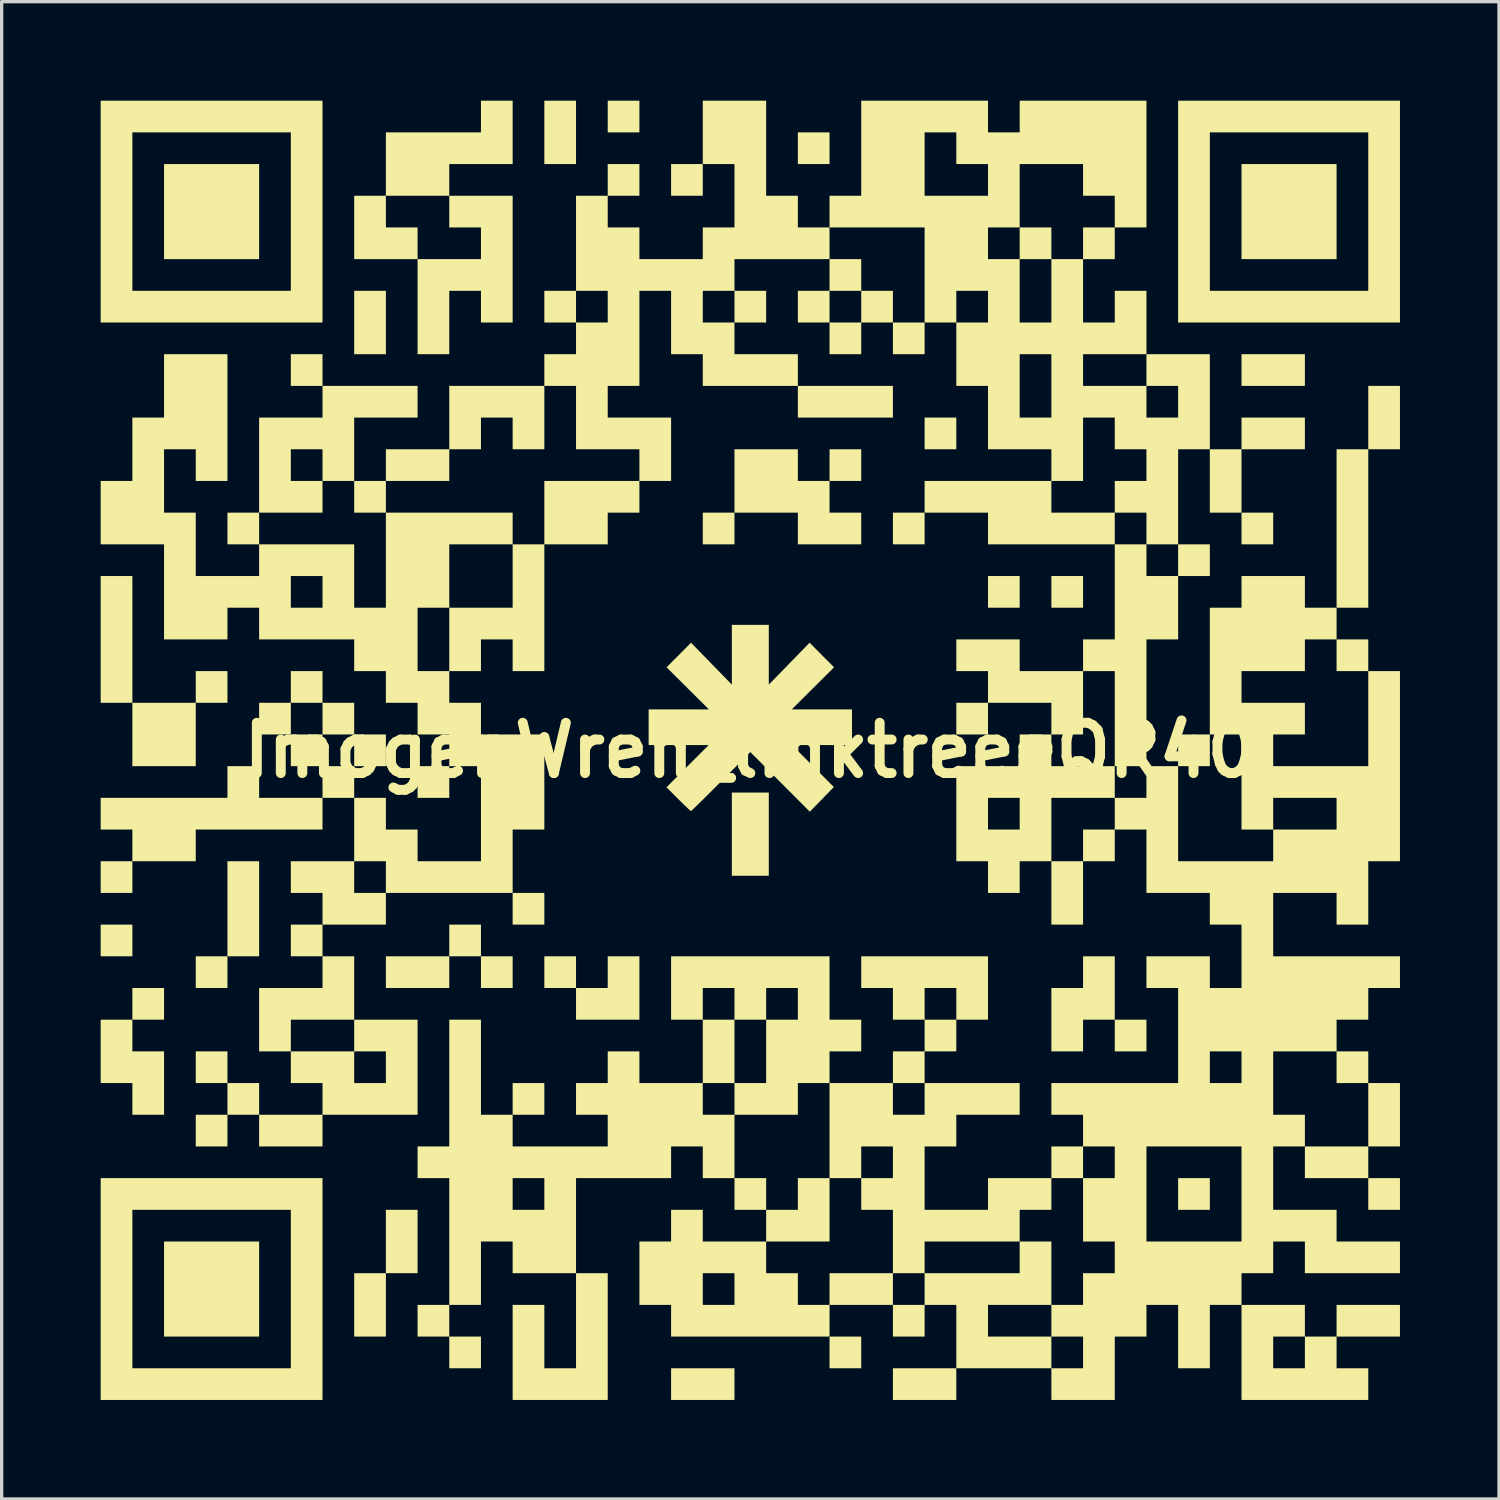
<source format=kicad_pcb>
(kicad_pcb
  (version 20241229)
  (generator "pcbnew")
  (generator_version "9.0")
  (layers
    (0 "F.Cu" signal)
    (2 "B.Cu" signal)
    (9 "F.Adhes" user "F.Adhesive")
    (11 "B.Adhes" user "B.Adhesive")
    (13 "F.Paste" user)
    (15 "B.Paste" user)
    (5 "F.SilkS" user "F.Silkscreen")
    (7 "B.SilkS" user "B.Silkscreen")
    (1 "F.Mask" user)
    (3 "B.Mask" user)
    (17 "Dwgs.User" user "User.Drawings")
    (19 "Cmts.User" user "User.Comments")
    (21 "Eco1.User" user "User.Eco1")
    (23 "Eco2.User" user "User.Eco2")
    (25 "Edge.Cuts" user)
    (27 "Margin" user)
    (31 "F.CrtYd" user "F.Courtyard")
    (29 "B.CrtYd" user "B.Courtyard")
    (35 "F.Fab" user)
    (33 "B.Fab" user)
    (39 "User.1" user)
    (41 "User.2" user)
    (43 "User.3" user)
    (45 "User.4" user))
  (footprint "ImogenWren_linktreeeQR40"
    (layer "F.Cu")
    (at 19.68 19.68)
    (property "Reference" "ImogenWren_linktreeeQR40" (at 0 0 0) (layer "F.SilkS") (effects (font (size 1.524 1.524) (thickness 0.3))))
    (attr board_only exclude_from_pos_files exclude_from_bom)
    (fp_poly (pts (xy -18.72 -1.44) (xy -19.68 -1.44) (xy -19.68 -5.28) (xy -18.72 -5.28)) (stroke (width 0) (type solid)) (fill yes) (layer "F.SilkS"))
    (fp_poly (pts (xy -18.72 4.32) (xy -19.68 4.32) (xy -19.68 3.36) (xy -18.72 3.36)) (stroke (width 0) (type solid)) (fill yes) (layer "F.SilkS"))
    (fp_poly (pts (xy -18.72 6.24) (xy -19.68 6.24) (xy -19.68 5.28) (xy -18.72 5.28)) (stroke (width 0) (type solid)) (fill yes) (layer "F.SilkS"))
    (fp_poly (pts (xy -17.76 8.16) (xy -18.72 8.16) (xy -18.72 7.2) (xy -17.76 7.2)) (stroke (width 0) (type solid)) (fill yes) (layer "F.SilkS"))
    (fp_poly (pts (xy -16.8 0.48) (xy -18.72 0.48) (xy -18.72 -1.44) (xy -16.8 -1.44)) (stroke (width 0) (type solid)) (fill yes) (layer "F.SilkS"))
    (fp_poly (pts (xy -15.84 -1.44) (xy -16.8 -1.44) (xy -16.8 -2.4) (xy -15.84 -2.4)) (stroke (width 0) (type solid)) (fill yes) (layer "F.SilkS"))
    (fp_poly (pts (xy -15.84 7.2) (xy -16.8 7.2) (xy -16.8 6.24) (xy -15.84 6.24)) (stroke (width 0) (type solid)) (fill yes) (layer "F.SilkS"))
    (fp_poly (pts (xy -15.84 10.08) (xy -16.8 10.08) (xy -16.8 9.12) (xy -15.84 9.12)) (stroke (width 0) (type solid)) (fill yes) (layer "F.SilkS"))
    (fp_poly (pts (xy -15.84 12) (xy -16.8 12) (xy -16.8 11.04) (xy -15.84 11.04)) (stroke (width 0) (type solid)) (fill yes) (layer "F.SilkS"))
    (fp_poly (pts (xy -14.88 -14.88) (xy -17.76 -14.88) (xy -17.76 -17.76) (xy -14.88 -17.76)) (stroke (width 0) (type solid)) (fill yes) (layer "F.SilkS"))
    (fp_poly (pts (xy -14.88 6.24) (xy -15.84 6.24) (xy -15.84 3.36) (xy -14.88 3.36)) (stroke (width 0) (type solid)) (fill yes) (layer "F.SilkS"))
    (fp_poly (pts (xy -14.88 11.04) (xy -15.84 11.04) (xy -15.84 10.08) (xy -14.88 10.08)) (stroke (width 0) (type solid)) (fill yes) (layer "F.SilkS"))
    (fp_poly (pts (xy -14.88 17.76) (xy -17.76 17.76) (xy -17.76 14.88) (xy -14.88 14.88)) (stroke (width 0) (type solid)) (fill yes) (layer "F.SilkS"))
    (fp_poly (pts (xy -12.96 -11.04) (xy -13.92 -11.04) (xy -13.92 -12) (xy -12.96 -12)) (stroke (width 0) (type solid)) (fill yes) (layer "F.SilkS"))
    (fp_poly (pts (xy -12.96 6.24) (xy -13.92 6.24) (xy -13.92 5.28) (xy -12.96 5.28)) (stroke (width 0) (type solid)) (fill yes) (layer "F.SilkS"))
    (fp_poly (pts (xy -12.96 12) (xy -14.88 12) (xy -14.88 11.04) (xy -12.96 11.04)) (stroke (width 0) (type solid)) (fill yes) (layer "F.SilkS"))
    (fp_poly (pts (xy -12 1.44) (xy -12.96 1.44) (xy -12.96 0.48) (xy -12 0.48)) (stroke (width 0) (type solid)) (fill yes) (layer "F.SilkS"))
    (fp_poly (pts (xy -11.04 -12) (xy -12 -12) (xy -12 -13.92) (xy -11.04 -13.92)) (stroke (width 0) (type solid)) (fill yes) (layer "F.SilkS"))
    (fp_poly (pts (xy -11.04 0.48) (xy -12 0.48) (xy -12 -0.48) (xy -11.04 -0.48)) (stroke (width 0) (type solid)) (fill yes) (layer "F.SilkS"))
    (fp_poly (pts (xy -11.04 17.76) (xy -12 17.76) (xy -12 15.84) (xy -11.04 15.84)) (stroke (width 0) (type solid)) (fill yes) (layer "F.SilkS"))
    (fp_poly (pts (xy -10.08 15.84) (xy -11.04 15.84) (xy -11.04 13.92) (xy -10.08 13.92)) (stroke (width 0) (type solid)) (fill yes) (layer "F.SilkS"))
    (fp_poly (pts (xy -9.12 1.44) (xy -10.08 1.44) (xy -10.08 0.48) (xy -9.12 0.48)) (stroke (width 0) (type solid)) (fill yes) (layer "F.SilkS"))
    (fp_poly (pts (xy -9.12 7.2) (xy -11.04 7.2) (xy -11.04 6.24) (xy -9.12 6.24)) (stroke (width 0) (type solid)) (fill yes) (layer "F.SilkS"))
    (fp_poly (pts (xy -9.12 17.76) (xy -10.08 17.76) (xy -10.08 16.8) (xy -9.12 16.8)) (stroke (width 0) (type solid)) (fill yes) (layer "F.SilkS"))
    (fp_poly (pts (xy -8.16 6.24) (xy -9.12 6.24) (xy -9.12 5.28) (xy -8.16 5.28)) (stroke (width 0) (type solid)) (fill yes) (layer "F.SilkS"))
    (fp_poly (pts (xy -8.16 18.72) (xy -9.12 18.72) (xy -9.12 17.76) (xy -8.16 17.76)) (stroke (width 0) (type solid)) (fill yes) (layer "F.SilkS"))
    (fp_poly (pts (xy -7.2 7.2) (xy -8.16 7.2) (xy -8.16 6.24) (xy -7.2 6.24)) (stroke (width 0) (type solid)) (fill yes) (layer "F.SilkS"))
    (fp_poly (pts (xy -6.24 5.28) (xy -7.2 5.28) (xy -7.2 4.32) (xy -6.24 4.32)) (stroke (width 0) (type solid)) (fill yes) (layer "F.SilkS"))
    (fp_poly (pts (xy -6.24 11.04) (xy -7.2 11.04) (xy -7.2 10.08) (xy -6.24 10.08)) (stroke (width 0) (type solid)) (fill yes) (layer "F.SilkS"))
    (fp_poly (pts (xy -5.28 -17.76) (xy -6.24 -17.76) (xy -6.24 -19.68) (xy -5.28 -19.68)) (stroke (width 0) (type solid)) (fill yes) (layer "F.SilkS"))
    (fp_poly (pts (xy -5.28 7.2) (xy -6.24 7.2) (xy -6.24 6.24) (xy -5.28 6.24)) (stroke (width 0) (type solid)) (fill yes) (layer "F.SilkS"))
    (fp_poly (pts (xy -3.36 -18.72) (xy -4.32 -18.72) (xy -4.32 -19.68) (xy -3.36 -19.68)) (stroke (width 0) (type solid)) (fill yes) (layer "F.SilkS"))
    (fp_poly (pts (xy -3.36 -16.8) (xy -4.32 -16.8) (xy -4.32 -17.76) (xy -3.36 -17.76)) (stroke (width 0) (type solid)) (fill yes) (layer "F.SilkS"))
    (fp_poly (pts (xy -1.44 -16.8) (xy -2.4 -16.8) (xy -2.4 -17.76) (xy -1.44 -17.76)) (stroke (width 0) (type solid)) (fill yes) (layer "F.SilkS"))
    (fp_poly (pts (xy -0.48 -6.24) (xy -1.44 -6.24) (xy -1.44 -7.2) (xy -0.48 -7.2)) (stroke (width 0) (type solid)) (fill yes) (layer "F.SilkS"))
    (fp_poly (pts (xy -0.48 19.68) (xy -2.4 19.68) (xy -2.4 18.72) (xy -0.48 18.72)) (stroke (width 0) (type solid)) (fill yes) (layer "F.SilkS"))
    (fp_poly (pts (xy 0.48 -12.96) (xy -0.48 -12.96) (xy -0.48 -13.92) (xy 0.48 -13.92)) (stroke (width 0) (type solid)) (fill yes) (layer "F.SilkS"))
    (fp_poly (pts (xy 0.56 3.8) (xy -0.56 3.8) (xy -0.56 1.28) (xy 0.56 1.28)) (stroke (width 0) (type solid)) (fill yes) (layer "F.SilkS"))
    (fp_poly (pts (xy 2.4 -17.76) (xy 1.44 -17.76) (xy 1.44 -18.72) (xy 2.4 -18.72)) (stroke (width 0) (type solid)) (fill yes) (layer "F.SilkS"))
    (fp_poly (pts (xy 3.36 -8.16) (xy 2.4 -8.16) (xy 2.4 -9.12) (xy 3.36 -9.12)) (stroke (width 0) (type solid)) (fill yes) (layer "F.SilkS"))
    (fp_poly (pts (xy 3.36 18.72) (xy 2.4 18.72) (xy 2.4 17.76) (xy 3.36 17.76)) (stroke (width 0) (type solid)) (fill yes) (layer "F.SilkS"))
    (fp_poly (pts (xy 4.32 -10.08) (xy 1.44 -10.08) (xy 1.44 -11.04) (xy 4.32 -11.04)) (stroke (width 0) (type solid)) (fill yes) (layer "F.SilkS"))
    (fp_poly (pts (xy 5.28 -12) (xy 4.32 -12) (xy 4.32 -12.96) (xy 5.28 -12.96)) (stroke (width 0) (type solid)) (fill yes) (layer "F.SilkS"))
    (fp_poly (pts (xy 5.28 -6.24) (xy 4.32 -6.24) (xy 4.32 -7.2) (xy 5.28 -7.2)) (stroke (width 0) (type solid)) (fill yes) (layer "F.SilkS"))
    (fp_poly (pts (xy 6.24 -9.12) (xy 5.28 -9.12) (xy 5.28 -10.08) (xy 6.24 -10.08)) (stroke (width 0) (type solid)) (fill yes) (layer "F.SilkS"))
    (fp_poly (pts (xy 6.24 19.68) (xy 4.32 19.68) (xy 4.32 18.72) (xy 6.24 18.72)) (stroke (width 0) (type solid)) (fill yes) (layer "F.SilkS"))
    (fp_poly (pts (xy 7.2 -0.48) (xy 6.24 -0.48) (xy 6.24 -1.44) (xy 7.2 -1.44)) (stroke (width 0) (type solid)) (fill yes) (layer "F.SilkS"))
    (fp_poly (pts (xy 8.16 -4.32) (xy 7.2 -4.32) (xy 7.2 -5.28) (xy 8.16 -5.28)) (stroke (width 0) (type solid)) (fill yes) (layer "F.SilkS"))
    (fp_poly (pts (xy 9.12 -14.88) (xy 8.16 -14.88) (xy 8.16 -15.84) (xy 9.12 -15.84)) (stroke (width 0) (type solid)) (fill yes) (layer "F.SilkS"))
    (fp_poly (pts (xy 10.08 -4.32) (xy 9.12 -4.32) (xy 9.12 -5.28) (xy 10.08 -5.28)) (stroke (width 0) (type solid)) (fill yes) (layer "F.SilkS"))
    (fp_poly (pts (xy 12 9.12) (xy 11.04 9.12) (xy 11.04 8.16) (xy 12 8.16)) (stroke (width 0) (type solid)) (fill yes) (layer "F.SilkS"))
    (fp_poly (pts (xy 13.92 -5.28) (xy 12.96 -5.28) (xy 12.96 -6.24) (xy 13.92 -6.24)) (stroke (width 0) (type solid)) (fill yes) (layer "F.SilkS"))
    (fp_poly (pts (xy 13.92 13.92) (xy 12.96 13.92) (xy 12.96 12.96) (xy 13.92 12.96)) (stroke (width 0) (type solid)) (fill yes) (layer "F.SilkS"))
    (fp_poly (pts (xy 14.88 -7.2) (xy 13.92 -7.2) (xy 13.92 -9.12) (xy 14.88 -9.12)) (stroke (width 0) (type solid)) (fill yes) (layer "F.SilkS"))
    (fp_poly (pts (xy 15.84 -6.24) (xy 14.88 -6.24) (xy 14.88 -7.2) (xy 15.84 -7.2)) (stroke (width 0) (type solid)) (fill yes) (layer "F.SilkS"))
    (fp_poly (pts (xy 16.8 -11.04) (xy 14.88 -11.04) (xy 14.88 -12) (xy 16.8 -12)) (stroke (width 0) (type solid)) (fill yes) (layer "F.SilkS"))
    (fp_poly (pts (xy 16.8 -9.12) (xy 14.88 -9.12) (xy 14.88 -10.08) (xy 16.8 -10.08)) (stroke (width 0) (type solid)) (fill yes) (layer "F.SilkS"))
    (fp_poly (pts (xy 17.76 -14.88) (xy 14.88 -14.88) (xy 14.88 -17.76) (xy 17.76 -17.76)) (stroke (width 0) (type solid)) (fill yes) (layer "F.SilkS"))
    (fp_poly (pts (xy 18.72 -4.32) (xy 17.76 -4.32) (xy 17.76 -9.12) (xy 18.72 -9.12)) (stroke (width 0) (type solid)) (fill yes) (layer "F.SilkS"))
    (fp_poly (pts (xy 18.72 -2.4) (xy 17.76 -2.4) (xy 17.76 -3.36) (xy 18.72 -3.36)) (stroke (width 0) (type solid)) (fill yes) (layer "F.SilkS"))
    (fp_poly (pts (xy 18.72 10.08) (xy 17.76 10.08) (xy 17.76 9.12) (xy 18.72 9.12)) (stroke (width 0) (type solid)) (fill yes) (layer "F.SilkS"))
    (fp_poly (pts (xy 18.72 12.96) (xy 16.8 12.96) (xy 16.8 12) (xy 18.72 12)) (stroke (width 0) (type solid)) (fill yes) (layer "F.SilkS"))
    (fp_poly (pts (xy 19.68 -9.12) (xy 18.72 -9.12) (xy 18.72 -11.04) (xy 19.68 -11.04)) (stroke (width 0) (type solid)) (fill yes) (layer "F.SilkS"))
    (fp_poly (pts (xy 19.68 12) (xy 18.72 12) (xy 18.72 10.08) (xy 19.68 10.08)) (stroke (width 0) (type solid)) (fill yes) (layer "F.SilkS"))
    (fp_poly (pts (xy 19.68 13.92) (xy 18.72 13.92) (xy 18.72 12.96) (xy 19.68 12.96)) (stroke (width 0) (type solid)) (fill yes) (layer "F.SilkS"))
    (fp_poly (pts (xy 19.68 17.76) (xy 17.76 17.76) (xy 17.76 16.8) (xy 19.68 16.8)) (stroke (width 0) (type solid)) (fill yes) (layer "F.SilkS"))
    (fp_poly (pts (xy -3.36 8.16) (xy -5.28 8.16) (xy -5.28 7.2) (xy -4.32 7.2) (xy -4.32 6.24) (xy -3.36 6.24)) (stroke (width 0) (type solid)) (fill yes) (layer "F.SilkS"))
    (fp_poly (pts (xy -18.72 9.12) (xy -17.76 9.12) (xy -17.76 11.04) (xy -18.72 11.04) (xy -18.72 10.08) (xy -19.68 10.08) (xy -19.68 8.16) (xy -18.72 8.16)) (stroke (width 0) (type solid)) (fill yes) (layer "F.SilkS"))
    (fp_poly (pts (xy -4.32 19.68) (xy -7.2 19.68) (xy -7.2 16.8) (xy -6.24 16.8) (xy -6.24 18.72) (xy -5.28 18.72) (xy -5.28 15.84) (xy -4.32 15.84)) (stroke (width 0) (type solid)) (fill yes) (layer "F.SilkS"))
    (fp_poly (pts (xy 11.04 8.16) (xy 10.08 8.16) (xy 10.08 9.12) (xy 9.12 9.12) (xy 9.12 7.2) (xy 10.08 7.2) (xy 10.08 6.24) (xy 11.04 6.24)) (stroke (width 0) (type solid)) (fill yes) (layer "F.SilkS"))
    (fp_poly (pts (xy -0.48 -9.12) (xy 1.44 -9.12) (xy 1.44 -8.16) (xy 2.4 -8.16) (xy 2.4 -7.2) (xy 3.36 -7.2) (xy 3.36 -6.24) (xy 1.44 -6.24) (xy 1.44 -7.2) (xy -0.48 -7.2)) (stroke (width 0) (type solid)) (fill yes) (layer "F.SilkS"))
    (fp_poly (pts (xy -12.96 -12.96) (xy -19.68 -12.96) (xy -19.68 -13.92) (xy -18.72 -13.92) (xy -13.92 -13.92) (xy -13.92 -18.72) (xy -18.72 -18.72) (xy -18.72 -13.92) (xy -19.68 -13.92) (xy -19.68 -19.68) (xy -12.96 -19.68)) (stroke (width 0) (type solid)) (fill yes) (layer "F.SilkS"))
    (fp_poly (pts (xy -12.96 19.68) (xy -19.68 19.68) (xy -19.68 18.72) (xy -18.72 18.72) (xy -13.92 18.72) (xy -13.92 13.92) (xy -18.72 13.92) (xy -18.72 18.72) (xy -19.68 18.72) (xy -19.68 12.96) (xy -12.96 12.96)) (stroke (width 0) (type solid)) (fill yes) (layer "F.SilkS"))
    (fp_poly (pts (xy 19.68 -12.96) (xy 12.96 -12.96) (xy 12.96 -13.92) (xy 13.92 -13.92) (xy 18.72 -13.92) (xy 18.72 -18.72) (xy 13.92 -18.72) (xy 13.92 -13.92) (xy 12.96 -13.92) (xy 12.96 -19.68) (xy 19.68 -19.68)) (stroke (width 0) (type solid)) (fill yes) (layer "F.SilkS"))
    (fp_poly (pts (xy -14.88 1.44) (xy -12.96 1.44) (xy -12.96 2.4) (xy -16.8 2.4) (xy -16.8 3.36) (xy -18.72 3.36) (xy -18.72 2.4) (xy -19.68 2.4) (xy -19.68 1.44) (xy -15.84 1.44) (xy -15.84 0.48) (xy -14.88 0.48)) (stroke (width 0) (type solid)) (fill yes) (layer "F.SilkS"))
    (fp_poly (pts (xy 7.2 8.16) (xy 6.24 8.16) (xy 6.24 9.12) (xy 5.28 9.12) (xy 5.28 8.16) (xy 6.24 8.16) (xy 6.24 7.2) (xy 5.28 7.2) (xy 5.28 8.16) (xy 4.32 8.16) (xy 4.32 7.2) (xy 3.36 7.2) (xy 3.36 6.24) (xy 7.2 6.24)) (stroke (width 0) (type solid)) (fill yes) (layer "F.SilkS"))
    (fp_poly (pts (xy 17.76 17.76) (xy 17.76 18.72) (xy 18.72 18.72) (xy 18.72 19.68) (xy 14.88 19.68) (xy 14.88 18.72) (xy 15.84 18.72) (xy 16.8 18.72) (xy 16.8 17.76) (xy 15.84 17.76) (xy 15.84 18.72) (xy 14.88 18.72) (xy 14.88 16.8) (xy 16.8 16.8) (xy 16.8 17.76)) (stroke (width 0) (type solid)) (fill yes) (layer "F.SilkS"))
    (fp_poly (pts (xy -12 -1.44) (xy -12 -0.48) (xy -12.96 -0.48) (xy -12.96 0.48) (xy -13.92 0.48) (xy -13.92 -0.48) (xy -12.96 -0.48) (xy -12.96 -1.44) (xy -13.92 -1.44) (xy -13.92 -0.48) (xy -14.88 -0.48) (xy -14.88 -1.44) (xy -13.92 -1.44) (xy -13.92 -2.4) (xy -12.96 -2.4) (xy -12.96 -1.44)) (stroke (width 0) (type solid)) (fill yes) (layer "F.SilkS"))
    (fp_poly (pts (xy 4.32 -13.92) (xy 4.32 -12.96) (xy 3.36 -12.96) (xy 3.36 -12) (xy 2.4 -12) (xy 2.4 -12.96) (xy 3.36 -12.96) (xy 3.36 -13.92) (xy 2.4 -13.92) (xy 2.4 -12.96) (xy 1.44 -12.96) (xy 1.44 -13.92) (xy 2.4 -13.92) (xy 2.4 -14.88) (xy 3.36 -14.88) (xy 3.36 -13.92)) (stroke (width 0) (type solid)) (fill yes) (layer "F.SilkS"))
    (fp_poly (pts (xy -10.08 8.16) (xy -10.08 11.04) (xy -12.96 11.04) (xy -12.96 10.08) (xy -12 10.08) (xy -11.04 10.08) (xy -11.04 9.12) (xy -12 9.12) (xy -12 10.08) (xy -12.96 10.08) (xy -13.92 10.08) (xy -13.92 9.12) (xy -12 9.12) (xy -12 8.16) (xy -13.92 8.16) (xy -13.92 9.12) (xy -14.88 9.12) (xy -14.88 7.2) (xy -12.96 7.2) (xy -12.96 6.24) (xy -12 6.24) (xy -12 8.16)) (stroke (width 0) (type solid)) (fill yes) (layer "F.SilkS"))
    (fp_poly (pts (xy -7.2 -16.8) (xy -7.2 -12.96) (xy -8.16 -12.96) (xy -8.16 -13.92) (xy -9.12 -13.92) (xy -9.12 -12) (xy -10.08 -12) (xy -10.08 -14.88) (xy -12 -14.88) (xy -12 -15.84) (xy -11.04 -15.84) (xy -10.08 -15.84) (xy -10.08 -14.88) (xy -8.16 -14.88) (xy -8.16 -15.84) (xy -9.12 -15.84) (xy -9.12 -16.8) (xy -11.04 -16.8) (xy -11.04 -15.84) (xy -12 -15.84) (xy -12 -16.8) (xy -11.04 -16.8) (xy -11.04 -18.72) (xy -8.16 -18.72) (xy -8.16 -19.68) (xy -7.2 -19.68) (xy -7.2 -17.76) (xy -9.12 -17.76) (xy -9.12 -16.8)) (stroke (width 0) (type solid)) (fill yes) (layer "F.SilkS"))
    (fp_poly (pts (xy 0.56 -1.991) (xy 1.178 -2.625) (xy 1.796 -3.26) (xy 2.166 -2.887) (xy 2.537 -2.515) (xy 1.896 -1.877) (xy 1.255 -1.24) (xy 3.08 -1.24) (xy 3.08 -0.16) (xy 1.261 -0.16) (xy 2.531 1.112) (xy 1.802 1.86) (xy 0.901 0.956) (xy -0.000252 0.053) (xy -0.888 0.946) (xy -1.106 1.165) (xy -1.307 1.365) (xy -1.482 1.538) (xy -1.625 1.679) (xy -1.73 1.779) (xy -1.789 1.833) (xy -1.799 1.84) (xy -1.834 1.813) (xy -1.914 1.74) (xy -2.027 1.631) (xy -2.162 1.498) (xy -2.18 1.48) (xy -2.539 1.12) (xy -1.9 0.48) (xy -1.261 -0.16) (xy -3.08 -0.16) (xy -3.08 -1.24) (xy -1.255 -1.24) (xy -1.896 -1.877) (xy -2.537 -2.515) (xy -2.166 -2.887) (xy -1.796 -3.26) (xy -1.178 -2.625) (xy -0.56 -1.991) (xy -0.56 -3.8) (xy 0.56 -3.8)) (stroke (width 0) (type solid)) (fill yes) (layer "F.SilkS"))
    (fp_poly (pts (xy -1.44 -19.68) (xy 0.48 -19.68) (xy 0.48 -16.8) (xy 1.44 -16.8) (xy 1.44 -15.84) (xy 2.4 -15.84) (xy 2.4 -14.88) (xy -0.48 -14.88) (xy -0.48 -13.92) (xy -1.44 -13.92) (xy -1.44 -12.96) (xy -0.48 -12.96) (xy -0.48 -12) (xy 1.44 -12) (xy 1.44 -11.04) (xy -1.44 -11.04) (xy -1.44 -12) (xy -2.4 -12) (xy -2.4 -13.92) (xy -3.36 -13.92) (xy -3.36 -11.04) (xy -4.32 -11.04) (xy -4.32 -10.08) (xy -2.4 -10.08) (xy -2.4 -8.16) (xy -3.36 -8.16) (xy -3.36 -7.2) (xy -4.32 -7.2) (xy -4.32 -6.24) (xy -6.24 -6.24) (xy -6.24 -2.4) (xy -7.2 -2.4) (xy -7.2 -3.36) (xy -8.16 -3.36) (xy -8.16 -2.4) (xy -9.12 -2.4) (xy -9.12 -1.44) (xy -8.16 -1.44) (xy -8.16 -0.48) (xy -6.24 -0.48) (xy -6.24 2.4) (xy -7.2 2.4) (xy -7.2 4.32) (xy -11.04 4.32) (xy -11.04 5.28) (xy -12.96 5.28) (xy -12.96 4.32) (xy -12 4.32) (xy -11.04 4.32) (xy -11.04 3.36) (xy -12 3.36) (xy -12 4.32) (xy -12.96 4.32) (xy -13.92 4.32) (xy -13.92 3.36) (xy -12 3.36) (xy -12 1.44) (xy -11.04 1.44) (xy -11.04 2.4) (xy -10.08 2.4) (xy -10.08 3.36) (xy -8.16 3.36) (xy -8.16 0.48) (xy -9.12 0.48) (xy -9.12 -0.48) (xy -10.08 -0.48) (xy -10.08 -1.44) (xy -11.04 -1.44) (xy -11.04 -2.4) (xy -10.08 -2.4) (xy -9.12 -2.4) (xy -9.12 -4.32) (xy -7.2 -4.32) (xy -7.2 -6.24) (xy -9.12 -6.24) (xy -9.12 -4.32) (xy -10.08 -4.32) (xy -10.08 -2.4) (xy -11.04 -2.4) (xy -12 -2.4) (xy -12 -3.36) (xy -14.88 -3.36) (xy -14.88 -4.32) (xy -13.92 -4.32) (xy -12.96 -4.32) (xy -12.96 -5.28) (xy -13.92 -5.28) (xy -13.92 -4.32) (xy -14.88 -4.32) (xy -15.84 -4.32) (xy -15.84 -3.36) (xy -17.76 -3.36) (xy -17.76 -6.24) (xy -19.68 -6.24) (xy -19.68 -8.16) (xy -18.72 -8.16) (xy -18.72 -10.08) (xy -17.76 -10.08) (xy -17.76 -12) (xy -15.84 -12) (xy -15.84 -8.16) (xy -16.8 -8.16) (xy -16.8 -9.12) (xy -17.76 -9.12) (xy -17.76 -7.2) (xy -16.8 -7.2) (xy -16.8 -5.28) (xy -14.88 -5.28) (xy -14.88 -6.24) (xy -12 -6.24) (xy -12 -4.32) (xy -11.04 -4.32) (xy -11.04 -7.2) (xy -7.2 -7.2) (xy -7.2 -6.24) (xy -6.24 -6.24) (xy -6.24 -8.16) (xy -3.36 -8.16) (xy -3.36 -9.12) (xy -5.28 -9.12) (xy -5.28 -11.04) (xy -6.24 -11.04) (xy -6.24 -9.12) (xy -7.2 -9.12) (xy -7.2 -10.08) (xy -8.16 -10.08) (xy -8.16 -9.12) (xy -9.12 -9.12) (xy -9.12 -8.16) (xy -11.04 -8.16) (xy -11.04 -7.2) (xy -12 -7.2) (xy -12 -8.16) (xy -12.96 -8.16) (xy -12.96 -7.2) (xy -14.88 -7.2) (xy -14.88 -6.24) (xy -15.84 -6.24) (xy -15.84 -7.2) (xy -14.88 -7.2) (xy -14.88 -8.16) (xy -13.92 -8.16) (xy -12.96 -8.16) (xy -12.96 -9.12) (xy -13.92 -9.12) (xy -13.92 -8.16) (xy -14.88 -8.16) (xy -14.88 -10.08) (xy -12.96 -10.08) (xy -12.96 -11.04) (xy -10.08 -11.04) (xy -10.08 -10.08) (xy -12 -10.08) (xy -12 -8.16) (xy -11.04 -8.16) (xy -11.04 -9.12) (xy -9.12 -9.12) (xy -9.12 -11.04) (xy -6.24 -11.04) (xy -6.24 -12) (xy -5.28 -12) (xy -5.28 -12.96) (xy -4.32 -12.96) (xy -4.32 -13.92) (xy -5.28 -13.92) (xy -5.28 -12.96) (xy -6.24 -12.96) (xy -6.24 -13.92) (xy -5.28 -13.92) (xy -5.28 -16.8) (xy -4.32 -16.8) (xy -4.32 -15.84) (xy -3.36 -15.84) (xy -3.36 -14.88) (xy -1.44 -14.88) (xy -1.44 -15.84) (xy -0.48 -15.84) (xy -0.48 -17.76) (xy -1.44 -17.76)) (stroke (width 0) (type solid)) (fill yes) (layer "F.SilkS"))
    (fp_poly (pts (xy 6.24 16.8) (xy 5.28 16.8) (xy 5.28 17.76) (xy 4.32 17.76) (xy 4.32 16.8) (xy 5.28 16.8) (xy 5.28 15.84) (xy 8.16 15.84) (xy 8.16 14.88) (xy 9.12 14.88) (xy 9.12 16.8) (xy 10.08 16.8) (xy 10.08 15.84) (xy 11.04 15.84) (xy 11.04 14.88) (xy 12 14.88) (xy 14.88 14.88) (xy 14.88 12) (xy 12 12) (xy 12 14.88) (xy 11.04 14.88) (xy 10.08 14.88) (xy 10.08 12.96) (xy 11.04 12.96) (xy 11.04 12) (xy 10.08 12) (xy 10.08 12.96) (xy 9.12 12.96) (xy 9.12 13.92) (xy 8.16 13.92) (xy 8.16 14.88) (xy 5.28 14.88) (xy 5.28 15.84) (xy 4.32 15.84) (xy 4.32 16.8) (xy 2.4 16.8) (xy 2.4 17.76) (xy -2.4 17.76) (xy -2.4 16.8) (xy -1.44 16.8) (xy -0.48 16.8) (xy -0.48 15.84) (xy 0.48 15.84) (xy 1.44 15.84) (xy 1.44 16.8) (xy 2.4 16.8) (xy 2.4 15.84) (xy 4.32 15.84) (xy 4.32 13.92) (xy 3.36 13.92) (xy 3.36 12.96) (xy 4.32 12.96) (xy 4.32 12) (xy 3.36 12) (xy 3.36 12.96) (xy 2.4 12.96) (xy 2.4 14.88) (xy 0.48 14.88) (xy 0.48 15.84) (xy -0.48 15.84) (xy -1.44 15.84) (xy -1.44 16.8) (xy -2.4 16.8) (xy -3.36 16.8) (xy -3.36 14.88) (xy -2.4 14.88) (xy -2.4 13.92) (xy -1.44 13.92) (xy -1.44 14.88) (xy 0.48 14.88) (xy 0.48 13.92) (xy -0.48 13.92) (xy -0.48 12.96) (xy 0.48 12.96) (xy 0.48 13.92) (xy 1.44 13.92) (xy 1.44 12.96) (xy 2.4 12.96) (xy 2.4 11.04) (xy 4.32 11.04) (xy 5.28 11.04) (xy 5.28 10.08) (xy 4.32 10.08) (xy 4.32 11.04) (xy 2.4 11.04) (xy 2.4 10.08) (xy 1.44 10.08) (xy 1.44 11.04) (xy -0.48 11.04) (xy -0.48 12.96) (xy -1.44 12.96) (xy -1.44 12) (xy -2.4 12) (xy -2.4 12.96) (xy -5.28 12.96) (xy -5.28 15.84) (xy -7.2 15.84) (xy -7.2 14.88) (xy -8.16 14.88) (xy -8.16 16.8) (xy -9.12 16.8) (xy -9.12 13.92) (xy -7.2 13.92) (xy -6.24 13.92) (xy -6.24 12.96) (xy -7.2 12.96) (xy -7.2 13.92) (xy -9.12 13.92) (xy -9.12 12.96) (xy -10.08 12.96) (xy -10.08 12) (xy -9.12 12) (xy -9.12 8.16) (xy -8.16 8.16) (xy -8.16 11.04) (xy -7.2 11.04) (xy -7.2 12) (xy -4.32 12) (xy -4.32 11.04) (xy -1.44 11.04) (xy -0.48 11.04) (xy -0.48 10.08) (xy 0.48 10.08) (xy 0.48 8.16) (xy 1.44 8.16) (xy 1.44 7.2) (xy 0.48 7.2) (xy 0.48 8.16) (xy -0.48 8.16) (xy -0.48 10.08) (xy -1.44 10.08) (xy -1.44 11.04) (xy -4.32 11.04) (xy -5.28 11.04) (xy -5.28 10.08) (xy -4.32 10.08) (xy -4.32 9.12) (xy -3.36 9.12) (xy -3.36 10.08) (xy -1.44 10.08) (xy -1.44 8.16) (xy -0.48 8.16) (xy -0.48 7.2) (xy -1.44 7.2) (xy -1.44 8.16) (xy -2.4 8.16) (xy -2.4 6.24) (xy 2.4 6.24) (xy 2.4 8.16) (xy 3.36 8.16) (xy 3.36 9.12) (xy 2.4 9.12) (xy 2.4 10.08) (xy 4.32 10.08) (xy 4.32 9.12) (xy 5.28 9.12) (xy 5.28 10.08) (xy 8.16 10.08) (xy 8.16 11.04) (xy 6.24 11.04) (xy 6.24 12) (xy 5.28 12) (xy 5.28 13.92) (xy 7.2 13.92) (xy 7.2 12.96) (xy 9.12 12.96) (xy 9.12 12) (xy 10.08 12) (xy 10.08 11.04) (xy 9.12 11.04) (xy 9.12 10.08) (xy 12.96 10.08) (xy 13.92 10.08) (xy 14.88 10.08) (xy 14.88 9.12) (xy 13.92 9.12) (xy 13.92 10.08) (xy 12.96 10.08) (xy 12.96 7.2) (xy 12 7.2) (xy 12 6.24) (xy 13.92 6.24) (xy 13.92 7.2) (xy 14.88 7.2) (xy 14.88 5.28) (xy 13.92 5.28) (xy 13.92 4.32) (xy 12 4.32) (xy 12 3.36) (xy 12.96 3.36) (xy 15.84 3.36) (xy 15.84 2.4) (xy 17.76 2.4) (xy 17.76 1.44) (xy 15.84 1.44) (xy 15.84 2.4) (xy 14.88 2.4) (xy 14.88 -0.48) (xy 13.92 -0.48) (xy 13.92 0.48) (xy 12.96 0.48) (xy 12.96 3.36) (xy 12 3.36) (xy 12 2.4) (xy 11.04 2.4) (xy 11.04 3.36) (xy 10.08 3.36) (xy 10.08 5.28) (xy 9.12 5.28) (xy 9.12 3.36) (xy 10.08 3.36) (xy 10.08 2.4) (xy 11.04 2.4) (xy 11.04 1.44) (xy 12 1.44) (xy 12 0.48) (xy 11.04 0.48) (xy 11.04 1.44) (xy 9.12 1.44) (xy 9.12 3.36) (xy 8.16 3.36) (xy 8.16 4.32) (xy 7.2 4.32) (xy 7.2 3.36) (xy 6.24 3.36) (xy 6.24 2.4) (xy 7.2 2.4) (xy 8.16 2.4) (xy 8.16 1.44) (xy 7.2 1.44) (xy 7.2 2.4) (xy 6.24 2.4) (xy 6.24 0.48) (xy 8.16 0.48) (xy 9.12 0.48) (xy 11.04 0.48) (xy 11.04 -2.4) (xy 10.08 -2.4) (xy 10.08 -0.48) (xy 9.12 -0.48) (xy 9.12 0.48) (xy 8.16 0.48) (xy 8.16 -0.48) (xy 9.12 -0.48) (xy 9.12 -1.44) (xy 7.2 -1.44) (xy 7.2 -2.4) (xy 6.24 -2.4) (xy 6.24 -3.36) (xy 8.16 -3.36) (xy 8.16 -2.4) (xy 10.08 -2.4) (xy 10.08 -3.36) (xy 11.04 -3.36) (xy 11.04 -6.24) (xy 12 -6.24) (xy 12 -7.2) (xy 11.04 -7.2) (xy 11.04 -6.24) (xy 7.2 -6.24) (xy 7.2 -7.2) (xy 9.12 -7.2) (xy 11.04 -7.2) (xy 11.04 -8.16) (xy 12 -8.16) (xy 12 -9.12) (xy 11.04 -9.12) (xy 11.04 -10.08) (xy 12 -10.08) (xy 12.96 -10.08) (xy 12.96 -11.04) (xy 12 -11.04) (xy 12 -10.08) (xy 11.04 -10.08) (xy 10.08 -10.08) (xy 10.08 -8.16) (xy 9.12 -8.16) (xy 9.12 -7.2) (xy 7.2 -7.2) (xy 5.28 -7.2) (xy 5.28 -8.16) (xy 9.12 -8.16) (xy 9.12 -9.12) (xy 7.2 -9.12) (xy 7.2 -10.08) (xy 8.16 -10.08) (xy 9.12 -10.08) (xy 9.12 -11.04) (xy 10.08 -11.04) (xy 12 -11.04) (xy 12 -12) (xy 10.08 -12) (xy 10.08 -11.04) (xy 9.12 -11.04) (xy 9.12 -12) (xy 8.16 -12) (xy 8.16 -10.08) (xy 7.2 -10.08) (xy 7.2 -11.04) (xy 6.24 -11.04) (xy 6.24 -12.96) (xy 7.2 -12.96) (xy 7.2 -13.92) (xy 6.24 -13.92) (xy 6.24 -12.96) (xy 5.28 -12.96) (xy 5.28 -14.88) (xy 7.2 -14.88) (xy 8.16 -14.88) (xy 8.16 -12.96) (xy 9.12 -12.96) (xy 9.12 -14.88) (xy 10.08 -14.88) (xy 10.08 -15.84) (xy 11.04 -15.84) (xy 11.04 -16.8) (xy 10.08 -16.8) (xy 10.08 -17.76) (xy 8.16 -17.76) (xy 8.16 -15.84) (xy 7.2 -15.84) (xy 7.2 -14.88) (xy 5.28 -14.88) (xy 5.28 -15.84) (xy 2.4 -15.84) (xy 2.4 -16.8) (xy 3.36 -16.8) (xy 5.28 -16.8) (xy 7.2 -16.8) (xy 7.2 -17.76) (xy 6.24 -17.76) (xy 6.24 -18.72) (xy 5.28 -18.72) (xy 5.28 -16.8) (xy 3.36 -16.8) (xy 3.36 -19.68) (xy 7.2 -19.68) (xy 7.2 -18.72) (xy 8.16 -18.72) (xy 8.16 -19.68) (xy 12 -19.68) (xy 12 -15.84) (xy 11.04 -15.84) (xy 11.04 -14.88) (xy 10.08 -14.88) (xy 10.08 -12.96) (xy 11.04 -12.96) (xy 11.04 -13.92) (xy 12 -13.92) (xy 12 -12) (xy 13.92 -12) (xy 13.92 -9.12) (xy 12.96 -9.12) (xy 12.96 -6.24) (xy 12 -6.24) (xy 12 -5.28) (xy 12.96 -5.28) (xy 12.96 -3.36) (xy 12 -3.36) (xy 12 0.48) (xy 12.96 0.48) (xy 12.96 -0.48) (xy 13.92 -0.48) (xy 13.92 -4.32) (xy 14.88 -4.32) (xy 14.88 -5.28) (xy 16.8 -5.28) (xy 16.8 -4.32) (xy 17.76 -4.32) (xy 17.76 -3.36) (xy 16.8 -3.36) (xy 16.8 -2.4) (xy 14.88 -2.4) (xy 14.88 -1.44) (xy 16.8 -1.44) (xy 16.8 -0.48) (xy 15.84 -0.48) (xy 15.84 0.48) (xy 18.72 0.48) (xy 18.72 -2.4) (xy 19.68 -2.4) (xy 19.68 3.36) (xy 18.72 3.36) (xy 18.72 5.28) (xy 17.76 5.28) (xy 17.76 4.32) (xy 15.84 4.32) (xy 15.84 6.24) (xy 19.68 6.24) (xy 19.68 7.2) (xy 18.72 7.2) (xy 18.72 8.16) (xy 17.76 8.16) (xy 17.76 9.12) (xy 15.84 9.12) (xy 15.84 11.04) (xy 16.8 11.04) (xy 16.8 12) (xy 15.84 12) (xy 15.84 13.92) (xy 17.76 13.92) (xy 17.76 14.88) (xy 19.68 14.88) (xy 19.68 15.84) (xy 16.8 15.84) (xy 16.8 14.88) (xy 15.84 14.88) (xy 15.84 15.84) (xy 14.88 15.84) (xy 14.88 16.8) (xy 13.92 16.8) (xy 13.92 18.72) (xy 12.96 18.72) (xy 12.96 16.8) (xy 12 16.8) (xy 12 17.76) (xy 11.04 17.76) (xy 11.04 19.68) (xy 9.12 19.68) (xy 9.12 18.72) (xy 10.08 18.72) (xy 10.08 17.76) (xy 9.12 17.76) (xy 9.12 18.72) (xy 6.24 18.72) (xy 6.24 17.76) (xy 7.2 17.76) (xy 9.12 17.76) (xy 9.12 16.8) (xy 7.2 16.8) (xy 7.2 17.76) (xy 6.24 17.76)) (stroke (width 0) (type solid)) (fill yes) (layer "F.SilkS")))
  (gr_rect
    (start -3 -3)
    (end 42.36 42.36)
    (stroke (width 0.1) (type default))
    (fill no)
    (layer "Edge.Cuts")))
</source>
